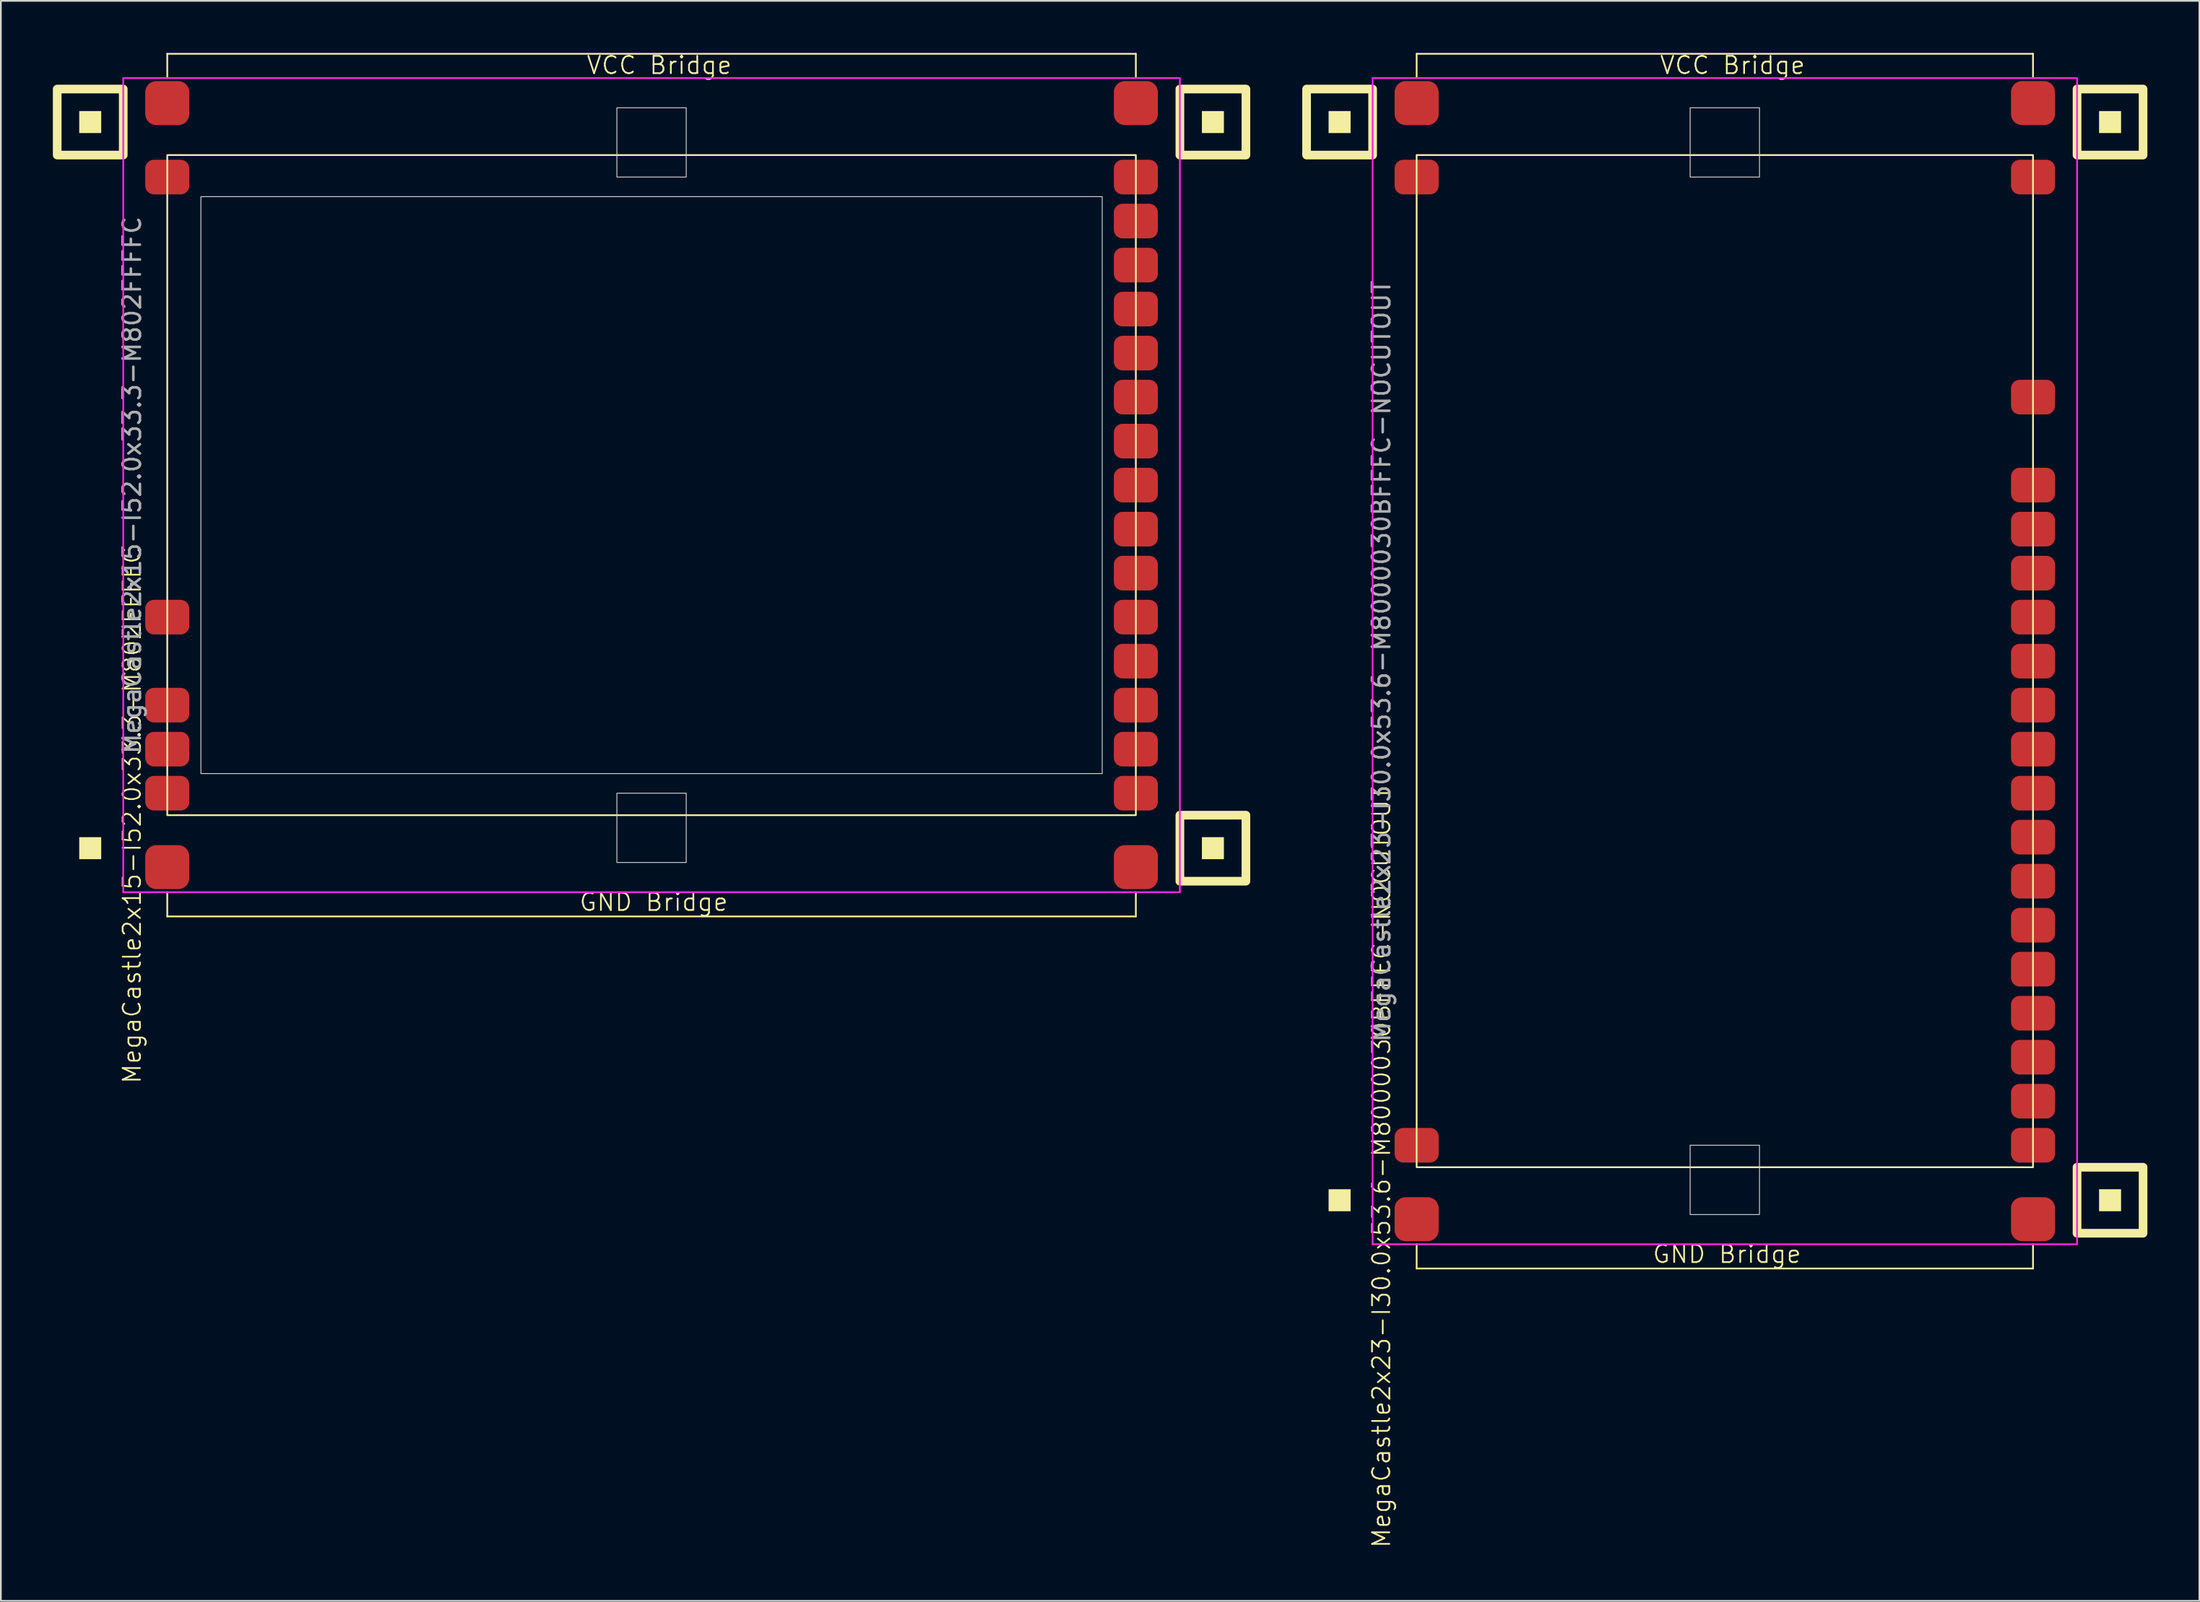
<source format=kicad_pcb>
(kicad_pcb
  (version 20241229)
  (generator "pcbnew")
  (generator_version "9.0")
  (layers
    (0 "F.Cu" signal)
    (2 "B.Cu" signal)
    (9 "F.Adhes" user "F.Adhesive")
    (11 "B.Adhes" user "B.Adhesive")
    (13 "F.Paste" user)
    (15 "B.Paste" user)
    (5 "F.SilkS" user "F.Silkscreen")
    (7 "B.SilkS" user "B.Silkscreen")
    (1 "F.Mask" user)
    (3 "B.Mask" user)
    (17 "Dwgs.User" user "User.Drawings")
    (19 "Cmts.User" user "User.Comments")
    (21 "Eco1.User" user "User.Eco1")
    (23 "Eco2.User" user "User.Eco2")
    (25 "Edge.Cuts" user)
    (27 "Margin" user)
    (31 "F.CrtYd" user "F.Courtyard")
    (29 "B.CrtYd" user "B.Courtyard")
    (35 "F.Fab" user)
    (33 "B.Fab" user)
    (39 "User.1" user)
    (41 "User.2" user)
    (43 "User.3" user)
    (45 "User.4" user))
  (footprint "MegaCastle2x23-I30.0x53.6-M8000030BFFFC-NOCUTOUT"
    (layer "F.Cu")
    (at 96.46 35.11)
    (property "Reference" "MegaCastle2x23-I30.0x53.6-M8000030BFFFC-NOCUTOUT" (at -19.812 29.21 90) (unlocked yes) (layer "F.SilkS") (effects (font (size 1 1) (thickness 0.1))))
    (attr smd)
    (fp_line (start -17.78 -35.055) (end 17.78 -35.055) (stroke (width 0.1) (type default)) (layer "F.SilkS"))
    (fp_line (start -17.78 -33.655) (end -17.78 -35.055) (stroke (width 0.1) (type default)) (layer "F.SilkS"))
    (fp_line (start -17.78 33.655) (end -17.78 35.055) (stroke (width 0.1) (type default)) (layer "F.SilkS"))
    (fp_line (start -17.78 35.055) (end 17.78 35.055) (stroke (width 0.1) (type default)) (layer "F.SilkS"))
    (fp_line (start 17.78 -33.655) (end 17.78 -35.055) (stroke (width 0.1) (type default)) (layer "F.SilkS"))
    (fp_line (start 17.78 33.655) (end 17.78 35.055) (stroke (width 0.1) (type default)) (layer "F.SilkS"))
    (fp_rect (start -21.59 -30.48) (end -22.86 -31.75) (stroke (width 0) (type solid)) (fill yes) (layer "F.SilkS"))
    (fp_rect (start -21.59 31.75) (end -22.86 30.48) (stroke (width 0) (type solid)) (fill yes) (layer "F.SilkS"))
    (fp_rect (start -20.32 -29.21) (end -24.13 -33.02) (stroke (width 0.5) (type default)) (fill no) (layer "F.SilkS"))
    (fp_rect (start -17.78 -29.21) (end 17.78 29.21) (stroke (width 0.1) (type default)) (fill no) (layer "F.SilkS"))
    (fp_rect (start 22.86 -30.48) (end 21.59 -31.75) (stroke (width 0) (type solid)) (fill yes) (layer "F.SilkS"))
    (fp_rect (start 22.86 31.75) (end 21.59 30.48) (stroke (width 0) (type solid)) (fill yes) (layer "F.SilkS"))
    (fp_rect (start 24.13 -29.21) (end 20.32 -33.02) (stroke (width 0.5) (type default)) (fill no) (layer "F.SilkS"))
    (fp_rect (start 24.13 33.02) (end 20.32 29.21) (stroke (width 0.5) (type default)) (fill no) (layer "F.SilkS"))
    (fp_rect (start -2 -27.94) (end 2 -31.94) (stroke (width 0.05) (type default)) (fill no) (layer "Edge.Cuts"))
    (fp_rect (start -2 27.94) (end 2 31.94) (stroke (width 0.05) (type default)) (fill no) (layer "Edge.Cuts"))
    (fp_line (start -20.32 -33.655) (end -20.32 33.655) (stroke (width 0.1) (type default)) (layer "F.CrtYd"))
    (fp_line (start -20.32 33.655) (end 20.32 33.655) (stroke (width 0.1) (type default)) (layer "F.CrtYd"))
    (fp_line (start 20.32 -33.655) (end -20.32 -33.655) (stroke (width 0.1) (type default)) (layer "F.CrtYd"))
    (fp_line (start 20.32 -33.655) (end 20.32 33.655) (stroke (width 0.1) (type default)) (layer "F.CrtYd"))
    (fp_text user "GND Bridge" (at -4.226 34.81 0) (unlocked yes) (layer "F.SilkS") (effects (font (size 1 1) (thickness 0.1)) (justify left bottom)))
    (fp_text user "VCC Bridge" (at -3.81 -33.81 0) (unlocked yes) (layer "F.SilkS") (effects (font (size 1 1) (thickness 0.1)) (justify left bottom)))
    (fp_text user "${REFERENCE}" (at -19.812 0 90) (unlocked yes) (layer "F.Fab") (effects (font (size 1 1) (thickness 0.15))))
    (pad "1" smd roundrect (at -17.78 -27.94) (size 2.54 2) (layers "F.Cu" "F.Mask" "F.Paste") (roundrect_rratio 0.25))
    (pad "23" smd roundrect (at -17.78 27.94) (size 2.54 2) (layers "F.Cu" "F.Mask" "F.Paste") (roundrect_rratio 0.25))
    (pad "24" smd roundrect (at 17.78 -27.94) (size 2.54 2) (layers "F.Cu" "F.Mask" "F.Paste") (roundrect_rratio 0.25))
    (pad "29" smd roundrect (at 17.78 -15.24) (size 2.54 2) (layers "F.Cu" "F.Mask" "F.Paste") (roundrect_rratio 0.25))
    (pad "31" smd roundrect (at 17.78 -10.16) (size 2.54 2) (layers "F.Cu" "F.Mask" "F.Paste") (roundrect_rratio 0.25))
    (pad "32" smd roundrect (at 17.78 -7.62) (size 2.54 2) (layers "F.Cu" "F.Mask" "F.Paste") (roundrect_rratio 0.25))
    (pad "33" smd roundrect (at 17.78 -5.08) (size 2.54 2) (layers "F.Cu" "F.Mask" "F.Paste") (roundrect_rratio 0.25))
    (pad "34" smd roundrect (at 17.78 -2.54) (size 2.54 2) (layers "F.Cu" "F.Mask" "F.Paste") (roundrect_rratio 0.25))
    (pad "35" smd roundrect (at 17.78 0) (size 2.54 2) (layers "F.Cu" "F.Mask" "F.Paste") (roundrect_rratio 0.25))
    (pad "36" smd roundrect (at 17.78 2.54) (size 2.54 2) (layers "F.Cu" "F.Mask" "F.Paste") (roundrect_rratio 0.25))
    (pad "37" smd roundrect (at 17.78 5.08) (size 2.54 2) (layers "F.Cu" "F.Mask" "F.Paste") (roundrect_rratio 0.25))
    (pad "38" smd roundrect (at 17.78 7.62) (size 2.54 2) (layers "F.Cu" "F.Mask" "F.Paste") (roundrect_rratio 0.25))
    (pad "39" smd roundrect (at 17.78 10.16) (size 2.54 2) (layers "F.Cu" "F.Mask" "F.Paste") (roundrect_rratio 0.25))
    (pad "40" smd roundrect (at 17.78 12.7) (size 2.54 2) (layers "F.Cu" "F.Mask" "F.Paste") (roundrect_rratio 0.25))
    (pad "41" smd roundrect (at 17.78 15.24) (size 2.54 2) (layers "F.Cu" "F.Mask" "F.Paste") (roundrect_rratio 0.25))
    (pad "42" smd roundrect (at 17.78 17.78) (size 2.54 2) (layers "F.Cu" "F.Mask" "F.Paste") (roundrect_rratio 0.25))
    (pad "43" smd roundrect (at 17.78 20.32) (size 2.54 2) (layers "F.Cu" "F.Mask" "F.Paste") (roundrect_rratio 0.25))
    (pad "44" smd roundrect (at 17.78 22.86) (size 2.54 2) (layers "F.Cu" "F.Mask" "F.Paste") (roundrect_rratio 0.25))
    (pad "45" smd roundrect (at 17.78 25.4) (size 2.54 2) (layers "F.Cu" "F.Mask" "F.Paste") (roundrect_rratio 0.25))
    (pad "46" smd roundrect (at 17.78 27.94) (size 2.54 2) (layers "F.Cu" "F.Mask" "F.Paste") (roundrect_rratio 0.25))
    (pad "A1" smd roundrect (at -17.78 -32.21) (size 2.54 2.54) (layers "F.Cu" "F.Mask" "F.Paste") (roundrect_rratio 0.25))
    (pad "A2" smd roundrect (at 17.78 -32.21) (size 2.54 2.54) (layers "F.Cu" "F.Mask" "F.Paste") (roundrect_rratio 0.25))
    (pad "B1" smd roundrect (at -17.78 32.21) (size 2.54 2.54) (layers "F.Cu" "F.Mask" "F.Paste") (roundrect_rratio 0.25))
    (pad "B2" smd roundrect (at 17.78 32.21) (size 2.54 2.54) (layers "F.Cu" "F.Mask" "F.Paste") (roundrect_rratio 0.25)))
  (footprint "MegaCastle2x15-I52.0x33.3-M802FFFFC"
    (layer "F.Cu")
    (at 34.54 24.95)
    (property "Reference" "MegaCastle2x15-I52.0x33.3-M802FFFFC" (at -29.972 19.05 90) (unlocked yes) (layer "F.SilkS") (effects (font (size 1 1) (thickness 0.1))))
    (attr smd)
    (fp_line (start -27.94 -24.895) (end 27.94 -24.895) (stroke (width 0.1) (type default)) (layer "F.SilkS"))
    (fp_line (start -27.94 -23.495) (end -27.94 -24.895) (stroke (width 0.1) (type default)) (layer "F.SilkS"))
    (fp_line (start -27.94 23.495) (end -27.94 24.895) (stroke (width 0.1) (type default)) (layer "F.SilkS"))
    (fp_line (start -27.94 24.895) (end 27.94 24.895) (stroke (width 0.1) (type default)) (layer "F.SilkS"))
    (fp_line (start 27.94 -23.495) (end 27.94 -24.895) (stroke (width 0.1) (type default)) (layer "F.SilkS"))
    (fp_line (start 27.94 23.495) (end 27.94 24.895) (stroke (width 0.1) (type default)) (layer "F.SilkS"))
    (fp_rect (start -31.75 -20.32) (end -33.02 -21.59) (stroke (width 0) (type solid)) (fill yes) (layer "F.SilkS"))
    (fp_rect (start -31.75 21.59) (end -33.02 20.32) (stroke (width 0) (type solid)) (fill yes) (layer "F.SilkS"))
    (fp_rect (start -30.48 -19.05) (end -34.29 -22.86) (stroke (width 0.5) (type default)) (fill no) (layer "F.SilkS"))
    (fp_rect (start -27.94 -19.05) (end 27.94 19.05) (stroke (width 0.1) (type default)) (fill no) (layer "F.SilkS"))
    (fp_rect (start 33.02 -20.32) (end 31.75 -21.59) (stroke (width 0) (type solid)) (fill yes) (layer "F.SilkS"))
    (fp_rect (start 33.02 21.59) (end 31.75 20.32) (stroke (width 0) (type solid)) (fill yes) (layer "F.SilkS"))
    (fp_rect (start 34.29 -19.05) (end 30.48 -22.86) (stroke (width 0.5) (type default)) (fill no) (layer "F.SilkS"))
    (fp_rect (start 34.29 22.86) (end 30.48 19.05) (stroke (width 0.5) (type default)) (fill no) (layer "F.SilkS"))
    (fp_rect (start -26 -16.65) (end 26 16.65) (stroke (width 0.05) (type default)) (fill no) (layer "Edge.Cuts"))
    (fp_rect (start -2 -17.78) (end 2 -21.78) (stroke (width 0.05) (type default)) (fill no) (layer "Edge.Cuts"))
    (fp_rect (start -2 17.78) (end 2 21.78) (stroke (width 0.05) (type default)) (fill no) (layer "Edge.Cuts"))
    (fp_line (start -30.48 -23.495) (end -30.48 23.495) (stroke (width 0.1) (type default)) (layer "F.CrtYd"))
    (fp_line (start -30.48 23.495) (end 30.48 23.495) (stroke (width 0.1) (type default)) (layer "F.CrtYd"))
    (fp_line (start 30.48 -23.495) (end -30.48 -23.495) (stroke (width 0.1) (type default)) (layer "F.CrtYd"))
    (fp_line (start 30.48 -23.495) (end 30.48 23.495) (stroke (width 0.1) (type default)) (layer "F.CrtYd"))
    (fp_text user "GND Bridge" (at -4.226 24.65 0) (unlocked yes) (layer "F.SilkS") (effects (font (size 1 1) (thickness 0.1)) (justify left bottom)))
    (fp_text user "VCC Bridge" (at -3.81 -23.65 0) (unlocked yes) (layer "F.SilkS") (effects (font (size 1 1) (thickness 0.1)) (justify left bottom)))
    (fp_text user "${REFERENCE}" (at -29.972 0 90) (unlocked yes) (layer "F.Fab") (effects (font (size 1 1) (thickness 0.15))))
    (pad "1" smd roundrect (at -27.94 -17.78) (size 2.54 2) (layers "F.Cu" "F.Mask" "F.Paste") (roundrect_rratio 0.25))
    (pad "11" smd roundrect (at -27.94 7.62) (size 2.54 2) (layers "F.Cu" "F.Mask" "F.Paste") (roundrect_rratio 0.25))
    (pad "13" smd roundrect (at -27.94 12.7) (size 2.54 2) (layers "F.Cu" "F.Mask" "F.Paste") (roundrect_rratio 0.25))
    (pad "14" smd roundrect (at -27.94 15.24) (size 2.54 2) (layers "F.Cu" "F.Mask" "F.Paste") (roundrect_rratio 0.25))
    (pad "15" smd roundrect (at -27.94 17.78) (size 2.54 2) (layers "F.Cu" "F.Mask" "F.Paste") (roundrect_rratio 0.25))
    (pad "16" smd roundrect (at 27.94 -17.78) (size 2.54 2) (layers "F.Cu" "F.Mask" "F.Paste") (roundrect_rratio 0.25))
    (pad "17" smd roundrect (at 27.94 -15.24) (size 2.54 2) (layers "F.Cu" "F.Mask" "F.Paste") (roundrect_rratio 0.25))
    (pad "18" smd roundrect (at 27.94 -12.7) (size 2.54 2) (layers "F.Cu" "F.Mask" "F.Paste") (roundrect_rratio 0.25))
    (pad "19" smd roundrect (at 27.94 -10.16) (size 2.54 2) (layers "F.Cu" "F.Mask" "F.Paste") (roundrect_rratio 0.25))
    (pad "20" smd roundrect (at 27.94 -7.62) (size 2.54 2) (layers "F.Cu" "F.Mask" "F.Paste") (roundrect_rratio 0.25))
    (pad "21" smd roundrect (at 27.94 -5.08) (size 2.54 2) (layers "F.Cu" "F.Mask" "F.Paste") (roundrect_rratio 0.25))
    (pad "22" smd roundrect (at 27.94 -2.54) (size 2.54 2) (layers "F.Cu" "F.Mask" "F.Paste") (roundrect_rratio 0.25))
    (pad "23" smd roundrect (at 27.94 0) (size 2.54 2) (layers "F.Cu" "F.Mask" "F.Paste") (roundrect_rratio 0.25))
    (pad "24" smd roundrect (at 27.94 2.54) (size 2.54 2) (layers "F.Cu" "F.Mask" "F.Paste") (roundrect_rratio 0.25))
    (pad "25" smd roundrect (at 27.94 5.08) (size 2.54 2) (layers "F.Cu" "F.Mask" "F.Paste") (roundrect_rratio 0.25))
    (pad "26" smd roundrect (at 27.94 7.62) (size 2.54 2) (layers "F.Cu" "F.Mask" "F.Paste") (roundrect_rratio 0.25))
    (pad "27" smd roundrect (at 27.94 10.16) (size 2.54 2) (layers "F.Cu" "F.Mask" "F.Paste") (roundrect_rratio 0.25))
    (pad "28" smd roundrect (at 27.94 12.7) (size 2.54 2) (layers "F.Cu" "F.Mask" "F.Paste") (roundrect_rratio 0.25))
    (pad "29" smd roundrect (at 27.94 15.24) (size 2.54 2) (layers "F.Cu" "F.Mask" "F.Paste") (roundrect_rratio 0.25))
    (pad "30" smd roundrect (at 27.94 17.78) (size 2.54 2) (layers "F.Cu" "F.Mask" "F.Paste") (roundrect_rratio 0.25))
    (pad "A1" smd roundrect (at -27.94 -22.05) (size 2.54 2.54) (layers "F.Cu" "F.Mask" "F.Paste") (roundrect_rratio 0.25))
    (pad "A2" smd roundrect (at 27.94 -22.05) (size 2.54 2.54) (layers "F.Cu" "F.Mask" "F.Paste") (roundrect_rratio 0.25))
    (pad "B1" smd roundrect (at -27.94 22.05) (size 2.54 2.54) (layers "F.Cu" "F.Mask" "F.Paste") (roundrect_rratio 0.25))
    (pad "B2" smd roundrect (at 27.94 22.05) (size 2.54 2.54) (layers "F.Cu" "F.Mask" "F.Paste") (roundrect_rratio 0.25)))
  (gr_rect
    (start -3 -3)
    (end 123.84 89.346)
    (stroke (width 0.1) (type default))
    (fill no)
    (layer "Edge.Cuts")))
</source>
